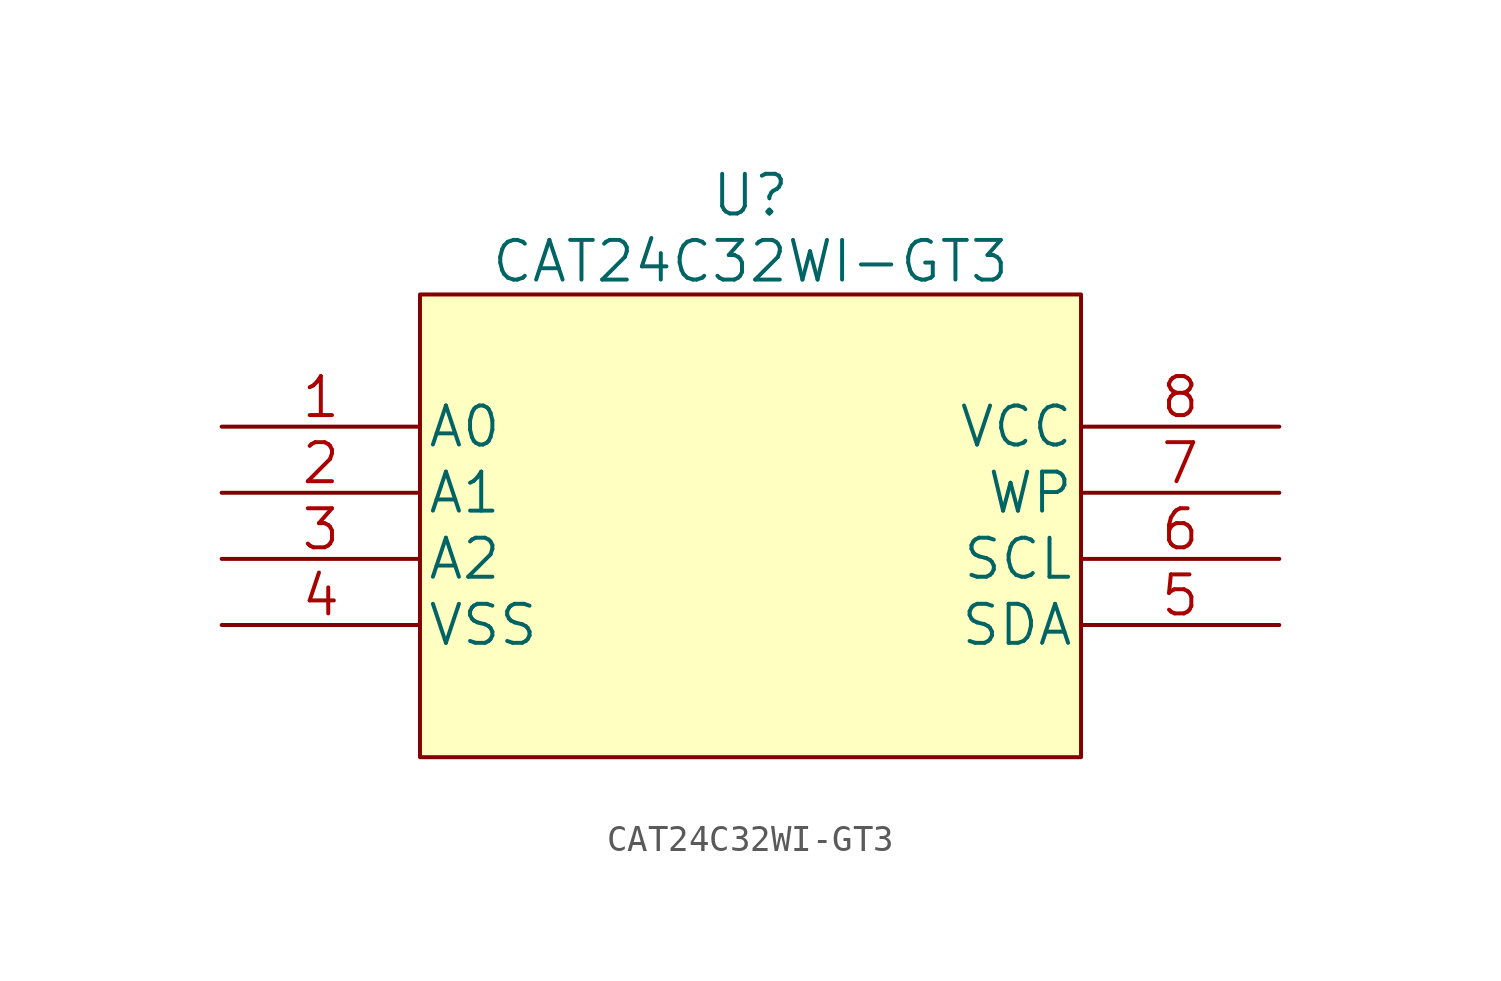
<source format=kicad_sym>
(kicad_symbol_lib
  (version 20211014)
  (generator kicad_symbol_editor)
  (symbol "CAT24C32WI-GT3"
    (pin_names
      (offset 0.254))
    (property "Reference" "U"
      (at 0 12.7 0)
      (effects (font (size 1.524 1.524))))
    (property "Value" "CAT24C32WI-GT3"
      (at 0 10.16 0)
      (effects (font (size 1.524 1.524))))
    (symbol "CAT24C32WI-GT3_1_1"
      (rectangle (start -12.7 8.89) (end 12.7 -8.89) (stroke (width 0) (type default) (color 0 0 0 0)) (fill (type background)))
      (pin unspecified line (at -20.32 3.81 0) (length 7.62) (name "A0" (effects (font (size 1.499 1.499)))) (number "1" (effects (font (size 1.499 1.499)))))
      (pin unspecified line (at -20.32 1.27 0) (length 7.62) (name "A1" (effects (font (size 1.499 1.499)))) (number "2" (effects (font (size 1.499 1.499)))))
      (pin unspecified line (at -20.32 -1.27 0) (length 7.62) (name "A2" (effects (font (size 1.499 1.499)))) (number "3" (effects (font (size 1.499 1.499)))))
      (pin power_in line (at -20.32 -3.81 0) (length 7.62) (name "VSS" (effects (font (size 1.499 1.499)))) (number "4" (effects (font (size 1.499 1.499)))))
      (pin unspecified line (at 20.32 -3.81 180) (length 7.62) (name "SDA" (effects (font (size 1.499 1.499)))) (number "5" (effects (font (size 1.499 1.499)))))
      (pin unspecified line (at 20.32 -1.27 180) (length 7.62) (name "SCL" (effects (font (size 1.499 1.499)))) (number "6" (effects (font (size 1.499 1.499)))))
      (pin unspecified line (at 20.32 1.27 180) (length 7.62) (name "WP" (effects (font (size 1.499 1.499)))) (number "7" (effects (font (size 1.499 1.499)))))
      (pin power_in line (at 20.32 3.81 180) (length 7.62) (name "VCC" (effects (font (size 1.499 1.499)))) (number "8" (effects (font (size 1.499 1.499))))))))
</source>
